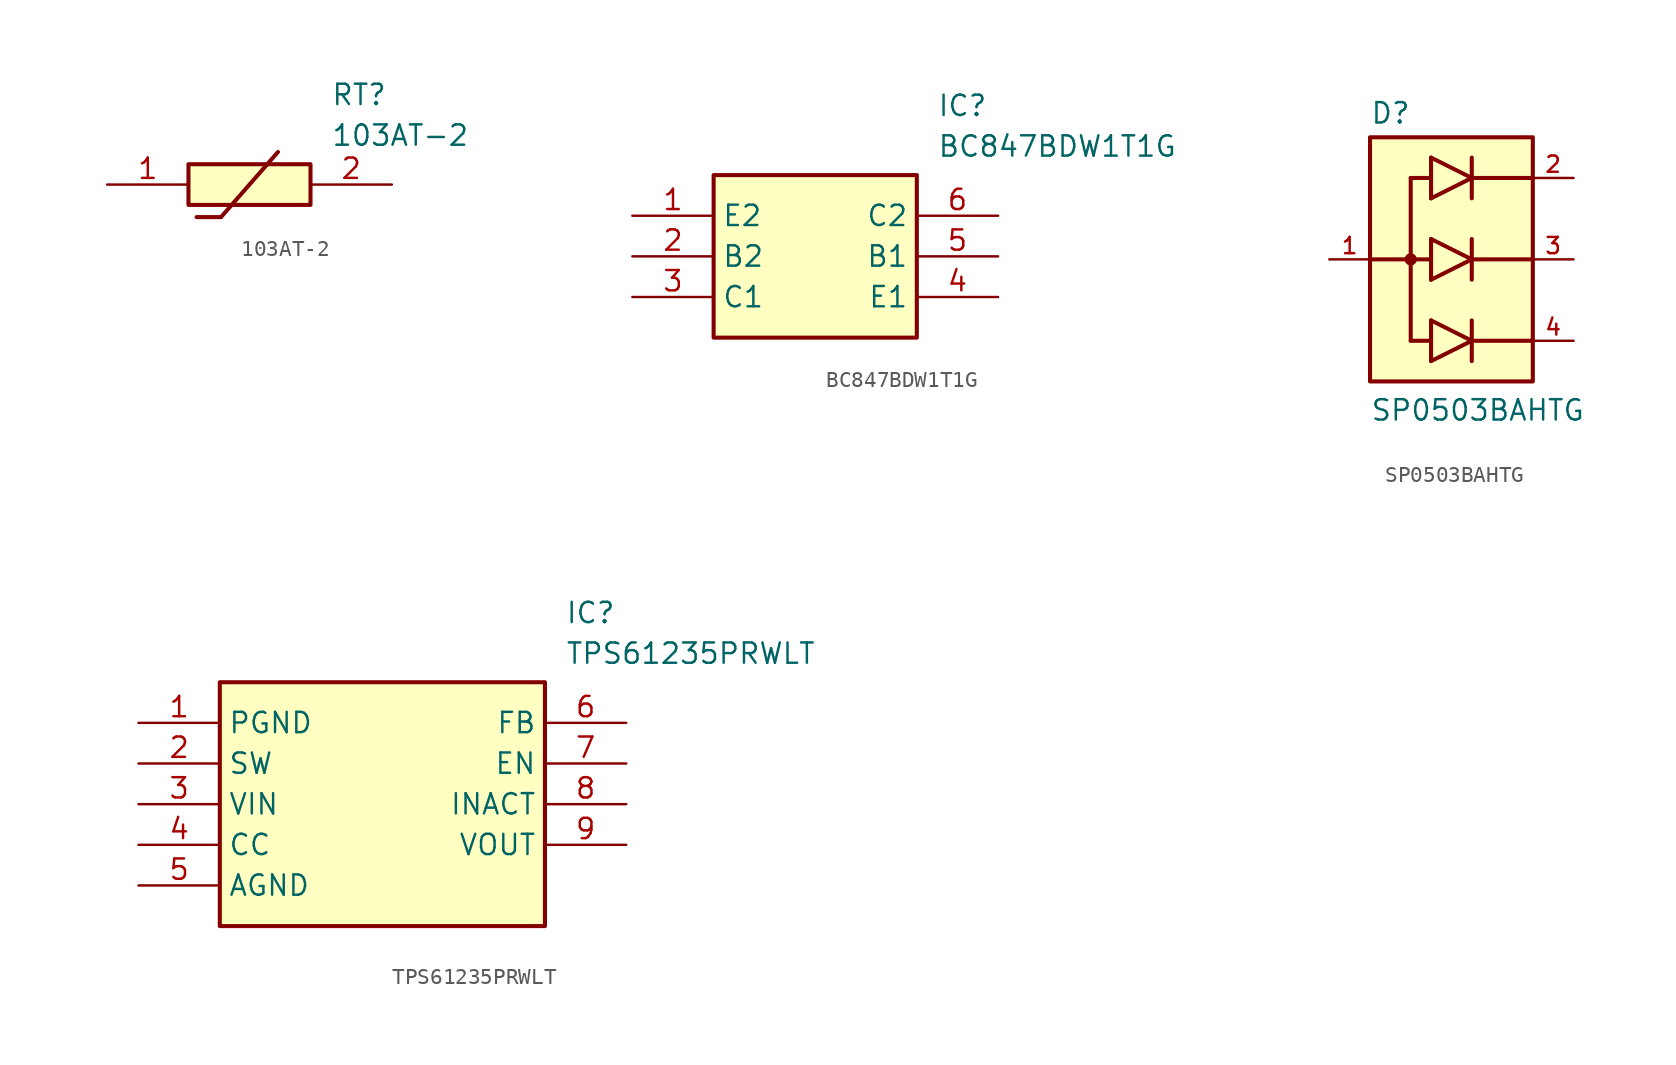
<source format=kicad_sym>
(kicad_symbol_lib
  (version 20231120)
  (generator "kicad_symbol_editor")
  (generator_version "8.0")
  (symbol "103AT-2"
    (pin_names hide)
    (property "Reference" "RT"
      (at 13.97 6.35 0)
      (effects (font (size 1.27 1.27)) (justify left top)))
    (property "Value" "103AT-2"
      (at 13.97 3.81 0)
      (effects (font (size 1.27 1.27)) (justify left top)))
    (symbol "103AT-2_1_1"
      (polyline (pts (xy 5.588 -2.032) (xy 7.112 -2.032)) (stroke (width 0.254) (type default)) (fill (type none)))
      (polyline (pts (xy 10.668 2.032) (xy 7.112 -2.032)) (stroke (width 0.254) (type default)) (fill (type none)))
      (rectangle (start 5.08 1.27) (end 12.7 -1.27) (stroke (width 0.254) (type default)) (fill (type background)))
      (pin passive line (at 0 0 0) (length 5.08) (name "1" (effects (font (size 1.27 1.27)))) (number "1" (effects (font (size 1.27 1.27)))))
      (pin passive line (at 17.78 0 180) (length 5.08) (name "2" (effects (font (size 1.27 1.27)))) (number "2" (effects (font (size 1.27 1.27)))))))
  (symbol "BC847BDW1T1G"
    (property "Reference" "IC"
      (at 19.05 7.62 0)
      (effects (font (size 1.27 1.27)) (justify left top)))
    (property "Value" "BC847BDW1T1G"
      (at 19.05 5.08 0)
      (effects (font (size 1.27 1.27)) (justify left top)))
    (symbol "BC847BDW1T1G_1_1"
      (rectangle (start 5.08 2.54) (end 17.78 -7.62) (stroke (width 0.254) (type default)) (fill (type background)))
      (pin passive line (at 0 0 0) (length 5.08) (name "E2" (effects (font (size 1.27 1.27)))) (number "1" (effects (font (size 1.27 1.27)))))
      (pin passive line (at 0 -2.54 0) (length 5.08) (name "B2" (effects (font (size 1.27 1.27)))) (number "2" (effects (font (size 1.27 1.27)))))
      (pin passive line (at 0 -5.08 0) (length 5.08) (name "C1" (effects (font (size 1.27 1.27)))) (number "3" (effects (font (size 1.27 1.27)))))
      (pin passive line (at 22.86 -5.08 180) (length 5.08) (name "E1" (effects (font (size 1.27 1.27)))) (number "4" (effects (font (size 1.27 1.27)))))
      (pin passive line (at 22.86 -2.54 180) (length 5.08) (name "B1" (effects (font (size 1.27 1.27)))) (number "5" (effects (font (size 1.27 1.27)))))
      (pin passive line (at 22.86 0 180) (length 5.08) (name "C2" (effects (font (size 1.27 1.27)))) (number "6" (effects (font (size 1.27 1.27)))))))
  (symbol "SP0503BAHTG"
    (pin_names
      (offset 1.016))
    (property "Reference" "D"
      (at -5.08 8.382 0)
      (effects (font (size 1.27 1.27)) (justify left bottom)))
    (property "Value" "SP0503BAHTG"
      (at -5.08 -10.16 0)
      (effects (font (size 1.27 1.27)) (justify left bottom)))
    (symbol "SP0503BAHTG_0_0"
      (rectangle (start -5.08 -7.62) (end 5.08 7.62) (stroke (width 0.254) (type default)) (fill (type background)))
      (circle (center -2.54 0) (radius 0.254) (stroke (width 0.254) (type default)) (fill (type none)))
      (polyline (pts (xy -2.54 -5.08) (xy -1.27 -5.08)) (stroke (width 0.254) (type default)) (fill (type none)))
      (polyline (pts (xy -2.54 0) (xy -5.08 0)) (stroke (width 0.254) (type default)) (fill (type none)))
      (polyline (pts (xy -2.54 0) (xy -2.54 -5.08)) (stroke (width 0.254) (type default)) (fill (type none)))
      (polyline (pts (xy -2.54 0) (xy -2.54 5.08)) (stroke (width 0.254) (type default)) (fill (type none)))
      (polyline (pts (xy -2.54 0) (xy -1.27 0)) (stroke (width 0.254) (type default)) (fill (type none)))
      (polyline (pts (xy -2.54 5.08) (xy -1.27 5.08)) (stroke (width 0.254) (type default)) (fill (type none)))
      (polyline (pts (xy -1.27 -6.35) (xy -1.27 -5.08)) (stroke (width 0.254) (type default)) (fill (type none)))
      (polyline (pts (xy -1.27 -5.08) (xy -1.27 -3.81)) (stroke (width 0.254) (type default)) (fill (type none)))
      (polyline (pts (xy -1.27 -3.81) (xy 1.27 -5.08)) (stroke (width 0.254) (type default)) (fill (type none)))
      (polyline (pts (xy -1.27 -1.27) (xy 1.27 0)) (stroke (width 0.254) (type default)) (fill (type none)))
      (polyline (pts (xy -1.27 0) (xy -1.27 -1.27)) (stroke (width 0.254) (type default)) (fill (type none)))
      (polyline (pts (xy -1.27 0) (xy -1.27 1.27)) (stroke (width 0.254) (type default)) (fill (type none)))
      (polyline (pts (xy -1.27 3.81) (xy 1.27 5.08)) (stroke (width 0.254) (type default)) (fill (type none)))
      (polyline (pts (xy -1.27 5.08) (xy -1.27 3.81)) (stroke (width 0.254) (type default)) (fill (type none)))
      (polyline (pts (xy -1.27 5.08) (xy -1.27 6.35)) (stroke (width 0.254) (type default)) (fill (type none)))
      (polyline (pts (xy 1.27 -5.08) (xy -1.27 -6.35)) (stroke (width 0.254) (type default)) (fill (type none)))
      (polyline (pts (xy 1.27 -5.08) (xy 1.27 -6.35)) (stroke (width 0.254) (type default)) (fill (type none)))
      (polyline (pts (xy 1.27 -5.08) (xy 1.27 -3.81)) (stroke (width 0.254) (type default)) (fill (type none)))
      (polyline (pts (xy 1.27 0) (xy -1.27 1.27)) (stroke (width 0.254) (type default)) (fill (type none)))
      (polyline (pts (xy 1.27 0) (xy 1.27 -1.27)) (stroke (width 0.254) (type default)) (fill (type none)))
      (polyline (pts (xy 1.27 0) (xy 5.08 0)) (stroke (width 0.254) (type default)) (fill (type none)))
      (polyline (pts (xy 1.27 1.27) (xy 1.27 0)) (stroke (width 0.254) (type default)) (fill (type none)))
      (polyline (pts (xy 1.27 5.08) (xy -1.27 6.35)) (stroke (width 0.254) (type default)) (fill (type none)))
      (polyline (pts (xy 1.27 5.08) (xy 1.27 3.81)) (stroke (width 0.254) (type default)) (fill (type none)))
      (polyline (pts (xy 1.27 5.08) (xy 5.08 5.08)) (stroke (width 0.254) (type default)) (fill (type none)))
      (polyline (pts (xy 1.27 6.35) (xy 1.27 5.08)) (stroke (width 0.254) (type default)) (fill (type none)))
      (polyline (pts (xy 5.08 -5.08) (xy 1.27 -5.08)) (stroke (width 0.254) (type default)) (fill (type none)))
      (pin passive line (at -7.62 0 0) (length 2.54) (name "~" (effects (font (size 1.016 1.016)))) (number "1" (effects (font (size 1.016 1.016)))))
      (pin passive line (at 7.62 5.08 180) (length 2.54) (name "~" (effects (font (size 1.016 1.016)))) (number "2" (effects (font (size 1.016 1.016)))))
      (pin passive line (at 7.62 0 180) (length 2.54) (name "~" (effects (font (size 1.016 1.016)))) (number "3" (effects (font (size 1.016 1.016)))))
      (pin passive line (at 7.62 -5.08 180) (length 2.54) (name "~" (effects (font (size 1.016 1.016)))) (number "4" (effects (font (size 1.016 1.016)))))))
  (symbol "TPS61235PRWLT"
    (property "Reference" "IC"
      (at 26.67 7.62 0)
      (effects (font (size 1.27 1.27)) (justify left top)))
    (property "Value" "TPS61235PRWLT"
      (at 26.67 5.08 0)
      (effects (font (size 1.27 1.27)) (justify left top)))
    (symbol "TPS61235PRWLT_1_1"
      (rectangle (start 5.08 2.54) (end 25.4 -12.7) (stroke (width 0.254) (type default)) (fill (type background)))
      (pin power_in line (at 0 0 0) (length 5.08) (name "PGND" (effects (font (size 1.27 1.27)))) (number "1" (effects (font (size 1.27 1.27)))))
      (pin power_in line (at 0 -2.54 0) (length 5.08) (name "SW" (effects (font (size 1.27 1.27)))) (number "2" (effects (font (size 1.27 1.27)))))
      (pin passive line (at 0 -5.08 0) (length 5.08) (name "VIN" (effects (font (size 1.27 1.27)))) (number "3" (effects (font (size 1.27 1.27)))))
      (pin passive line (at 0 -7.62 0) (length 5.08) (name "CC" (effects (font (size 1.27 1.27)))) (number "4" (effects (font (size 1.27 1.27)))))
      (pin passive line (at 0 -10.16 0) (length 5.08) (name "AGND" (effects (font (size 1.27 1.27)))) (number "5" (effects (font (size 1.27 1.27)))))
      (pin passive line (at 30.48 0 180) (length 5.08) (name "FB" (effects (font (size 1.27 1.27)))) (number "6" (effects (font (size 1.27 1.27)))))
      (pin passive line (at 30.48 -2.54 180) (length 5.08) (name "EN" (effects (font (size 1.27 1.27)))) (number "7" (effects (font (size 1.27 1.27)))))
      (pin passive line (at 30.48 -5.08 180) (length 5.08) (name "INACT" (effects (font (size 1.27 1.27)))) (number "8" (effects (font (size 1.27 1.27)))))
      (pin passive line (at 30.48 -7.62 180) (length 5.08) (name "VOUT" (effects (font (size 1.27 1.27)))) (number "9" (effects (font (size 1.27 1.27))))))))
</source>
